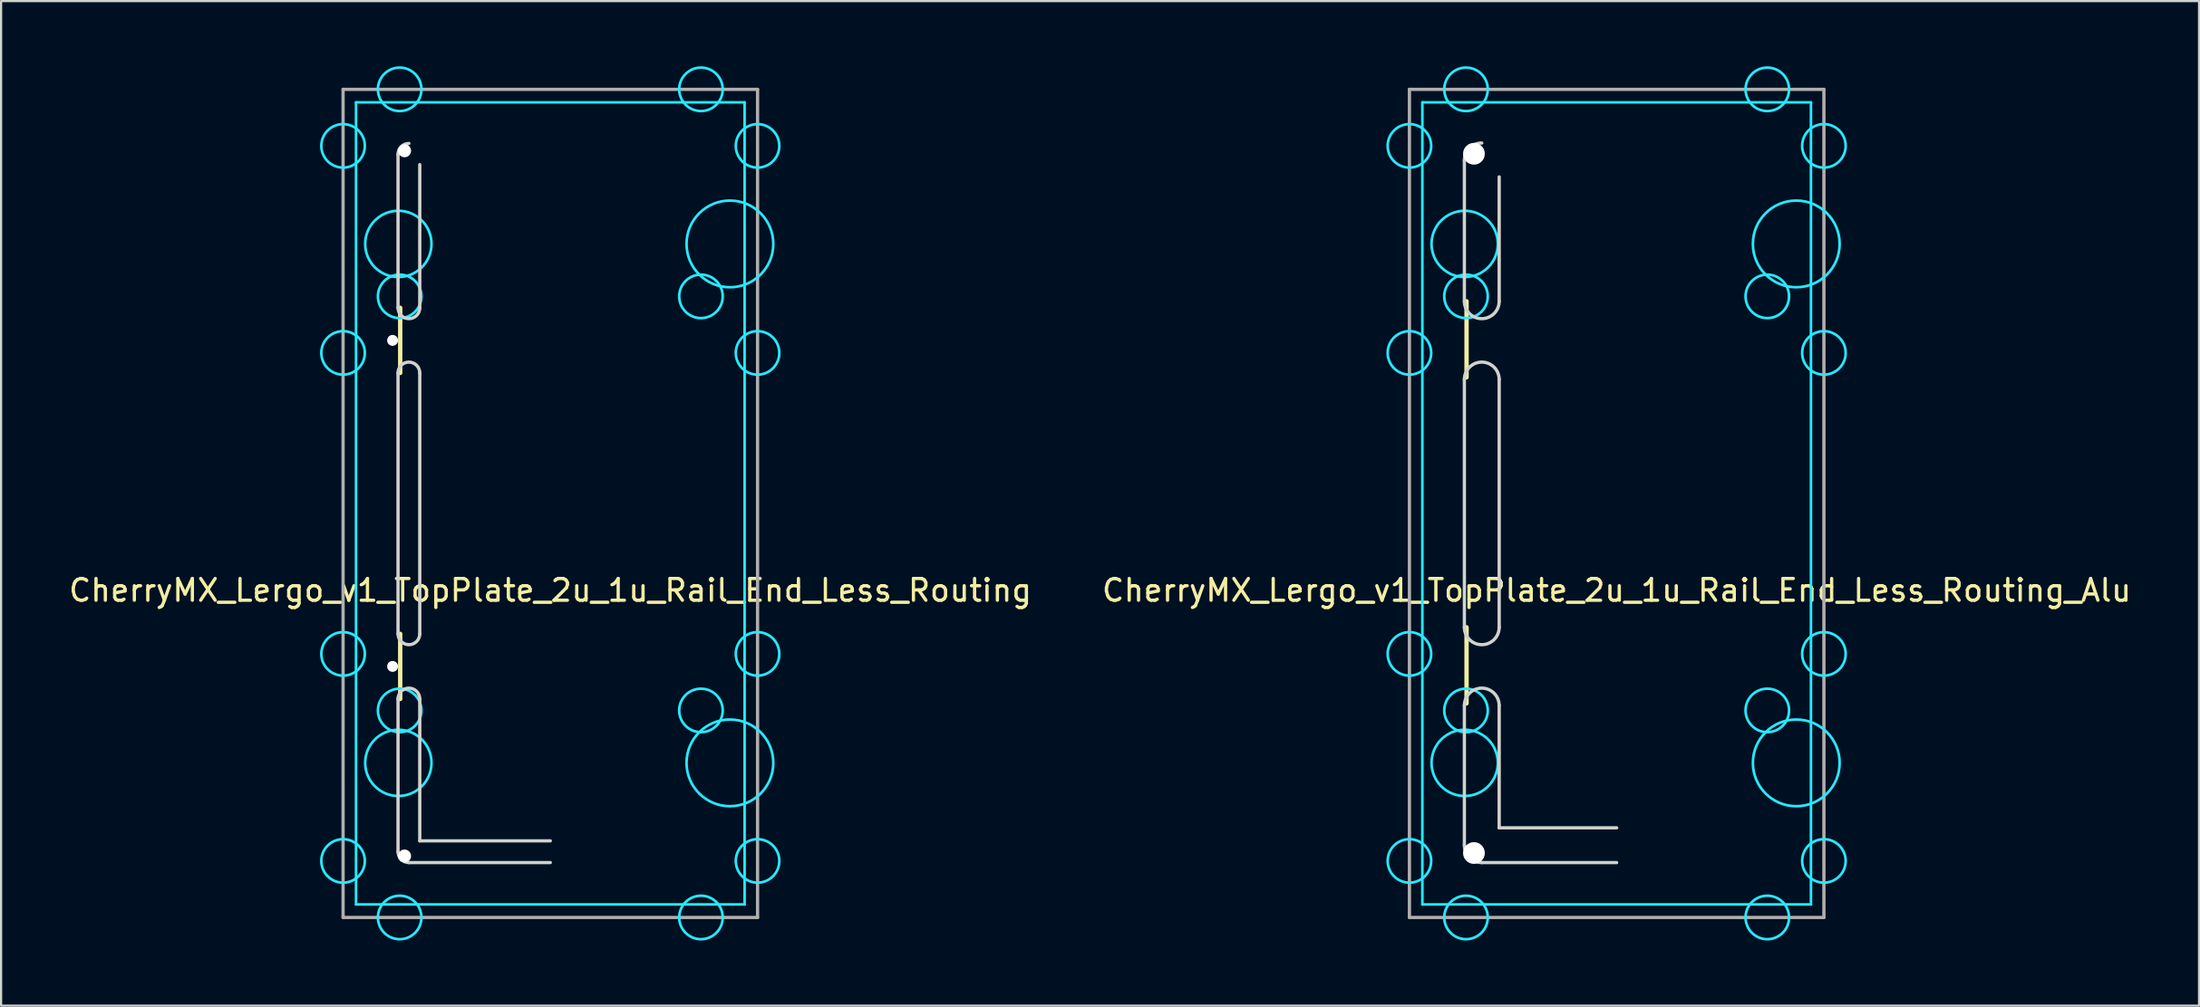
<source format=kicad_pcb>
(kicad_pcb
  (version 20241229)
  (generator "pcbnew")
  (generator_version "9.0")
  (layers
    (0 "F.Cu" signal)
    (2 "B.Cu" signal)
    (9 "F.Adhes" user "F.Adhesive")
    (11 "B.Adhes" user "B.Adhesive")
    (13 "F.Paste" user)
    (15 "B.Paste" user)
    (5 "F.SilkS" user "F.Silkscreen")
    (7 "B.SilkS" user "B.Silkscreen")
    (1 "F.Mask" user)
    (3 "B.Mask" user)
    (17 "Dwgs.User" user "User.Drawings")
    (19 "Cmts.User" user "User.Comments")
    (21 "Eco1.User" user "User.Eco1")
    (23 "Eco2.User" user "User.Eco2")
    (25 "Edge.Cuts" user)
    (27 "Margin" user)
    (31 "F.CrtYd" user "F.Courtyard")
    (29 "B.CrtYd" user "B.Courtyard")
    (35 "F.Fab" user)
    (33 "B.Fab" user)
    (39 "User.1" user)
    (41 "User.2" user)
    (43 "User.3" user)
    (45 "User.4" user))
  (footprint "CherryMX_Lergo_v1_TopPlate_2u_1u_Rail_End_Less_Routing"
    (layer "F.Cu")
    (at 22.244 20.11)
    (property "Reference" "CherryMX_Lergo_v1_TopPlate_2u_1u_Rail_End_Less_Routing" (at 0 4 0) (layer "F.SilkS") (effects (font (size 1 1) (thickness 0.15))))
    (attr through_hole)
    (fp_line (start -6.9 -9) (end -6.9 -6) (stroke (width 0.2) (type solid)) (layer "F.SilkS"))
    (fp_line (start -6.9 6) (end -6.9 9) (stroke (width 0.2) (type solid)) (layer "F.SilkS"))
    (fp_line (start -7 -16.06) (end -7 -9) (stroke (width 0.15) (type solid)) (layer "Edge.Cuts"))
    (fp_line (start -7 -6) (end -7 6) (stroke (width 0.15) (type solid)) (layer "Edge.Cuts"))
    (fp_line (start -7 9) (end -7 16.025) (stroke (width 0.15) (type solid)) (layer "Edge.Cuts"))
    (fp_line (start -6.5 16.525) (end 0 16.525) (stroke (width 0.15) (type solid)) (layer "Edge.Cuts"))
    (fp_line (start -6 -15.586) (end -6 -9) (stroke (width 0.15) (type solid)) (layer "Edge.Cuts"))
    (fp_line (start -6 -6) (end -6 6) (stroke (width 0.15) (type solid)) (layer "Edge.Cuts"))
    (fp_line (start -6 9) (end -6 15.525) (stroke (width 0.15) (type solid)) (layer "Edge.Cuts"))
    (fp_line (start -6 15.525) (end 0 15.525) (stroke (width 0.15) (type solid)) (layer "Edge.Cuts"))
    (fp_arc (start -7 -16.060048) (mid -6.853553 -16.413601) (end -6.5 -16.560048) (stroke (width 0.15) (type solid)) (layer "Edge.Cuts"))
    (fp_arc (start -7 -6) (mid -6.5 -6.5) (end -6 -6) (stroke (width 0.15) (type solid)) (layer "Edge.Cuts"))
    (fp_arc (start -7 9) (mid -6.5 8.5) (end -6 9) (stroke (width 0.15) (type solid)) (layer "Edge.Cuts"))
    (fp_arc (start -6.5 16.525) (mid -6.853553 16.378553) (end -7 16.025) (stroke (width 0.15) (type solid)) (layer "Edge.Cuts"))
    (fp_arc (start -6 -9) (mid -6.5 -8.5) (end -7 -9) (stroke (width 0.15) (type solid)) (layer "Edge.Cuts"))
    (fp_arc (start -6 6) (mid -6.5 6.5) (end -7 6) (stroke (width 0.15) (type solid)) (layer "Edge.Cuts"))
    (fp_line (start -8.93 -18.45) (end 8.93 -18.45) (stroke (width 0.12) (type solid)) (layer "B.CrtYd"))
    (fp_line (start -8.93 18.45) (end -8.93 -18.45) (stroke (width 0.12) (type solid)) (layer "B.CrtYd"))
    (fp_line (start 8.93 -18.45) (end 8.93 18.45) (stroke (width 0.12) (type solid)) (layer "B.CrtYd"))
    (fp_line (start 8.93 18.45) (end -8.93 18.45) (stroke (width 0.12) (type solid)) (layer "B.CrtYd"))
    (fp_circle (center -9.525 -16.449) (end -8.525 -16.449) (stroke (width 0.12) (type solid)) (fill no) (layer "B.CrtYd"))
    (fp_circle (center -9.525 -6.924) (end -8.525 -6.924) (stroke (width 0.12) (type solid)) (fill no) (layer "B.CrtYd"))
    (fp_circle (center -9.525 6.924) (end -8.525 6.924) (stroke (width 0.12) (type solid)) (fill no) (layer "B.CrtYd"))
    (fp_circle (center -9.525 16.449) (end -10.525 16.449) (stroke (width 0.12) (type solid)) (fill no) (layer "B.CrtYd"))
    (fp_circle (center -6.985 -11.938) (end -5.461 -11.938) (stroke (width 0.12) (type solid)) (fill no) (layer "B.CrtYd"))
    (fp_circle (center -6.985 11.938) (end -5.461 11.938) (stroke (width 0.12) (type solid)) (fill no) (layer "B.CrtYd"))
    (fp_circle (center -6.924 -19.05) (end -5.924 -19.05) (stroke (width 0.12) (type solid)) (fill no) (layer "B.CrtYd"))
    (fp_circle (center -6.924 -9.525) (end -5.924 -9.525) (stroke (width 0.12) (type solid)) (fill no) (layer "B.CrtYd"))
    (fp_circle (center -6.924 9.525) (end -5.924 9.525) (stroke (width 0.12) (type solid)) (fill no) (layer "B.CrtYd"))
    (fp_circle (center -6.924 19.05) (end -5.924 19.05) (stroke (width 0.12) (type solid)) (fill no) (layer "B.CrtYd"))
    (fp_circle (center 6.924 -19.05) (end 7.924 -19.05) (stroke (width 0.12) (type solid)) (fill no) (layer "B.CrtYd"))
    (fp_circle (center 6.924 -9.525) (end 7.924 -9.525) (stroke (width 0.12) (type solid)) (fill no) (layer "B.CrtYd"))
    (fp_circle (center 6.924 9.525) (end 7.924 9.525) (stroke (width 0.12) (type solid)) (fill no) (layer "B.CrtYd"))
    (fp_circle (center 6.924 19.05) (end 7.924 19.05) (stroke (width 0.12) (type solid)) (fill no) (layer "B.CrtYd"))
    (fp_circle (center 8.255 -11.938) (end 10.249 -11.938) (stroke (width 0.12) (type solid)) (fill no) (layer "B.CrtYd"))
    (fp_circle (center 8.255 11.938) (end 10.249 11.938) (stroke (width 0.12) (type solid)) (fill no) (layer "B.CrtYd"))
    (fp_circle (center 9.525 -16.449) (end 10.525 -16.449) (stroke (width 0.12) (type solid)) (fill no) (layer "B.CrtYd"))
    (fp_circle (center 9.525 -6.924) (end 10.525 -6.924) (stroke (width 0.12) (type solid)) (fill no) (layer "B.CrtYd"))
    (fp_circle (center 9.525 6.924) (end 10.525 6.924) (stroke (width 0.12) (type solid)) (fill no) (layer "B.CrtYd"))
    (fp_circle (center 9.525 16.449) (end 8.525 16.449) (stroke (width 0.12) (type solid)) (fill no) (layer "B.CrtYd"))
    (fp_line (start -9.525 -19.05) (end -9.525 19.05) (stroke (width 0.15) (type solid)) (layer "F.Fab"))
    (fp_line (start -9.525 19.05) (end 9.525 19.05) (stroke (width 0.15) (type solid)) (layer "F.Fab"))
    (fp_line (start 9.525 -19.05) (end -9.525 -19.05) (stroke (width 0.15) (type solid)) (layer "F.Fab"))
    (fp_line (start 9.525 19.05) (end 9.525 -19.05) (stroke (width 0.15) (type solid)) (layer "F.Fab"))
    (pad "" np_thru_hole circle (at -7.25 -7.5 90) (size 0.5 0.5) (drill 0.5) (layers "*.Cu" "*.Mask"))
    (pad "" np_thru_hole circle (at -7.25 7.5 90) (size 0.5 0.5) (drill 0.5) (layers "*.Cu" "*.Mask"))
    (pad "" np_thru_hole circle (at -6.7 -16.225) (size 0.6 0.6) (drill 0.6) (layers "*.Cu"))
    (pad "" np_thru_hole circle (at -6.7 16.225) (size 0.6 0.6) (drill 0.6) (layers "*.Cu")))
  (footprint "CherryMX_Lergo_v1_TopPlate_2u_1u_Rail_End_Less_Routing_Alu"
    (layer "F.Cu")
    (at 71.256 20.11)
    (property "Reference" "CherryMX_Lergo_v1_TopPlate_2u_1u_Rail_End_Less_Routing_Alu" (at 0 4 0) (layer "F.SilkS") (effects (font (size 1 1) (thickness 0.15))))
    (attr through_hole)
    (fp_line (start -6.9 -9.3) (end -6.9 -5.8) (stroke (width 0.2) (type solid)) (layer "F.SilkS"))
    (fp_line (start -6.9 5.7) (end -6.9 9.2) (stroke (width 0.2) (type solid)) (layer "F.SilkS"))
    (fp_line (start -7 -15.781) (end -7 -9.3) (stroke (width 0.15) (type solid)) (layer "Edge.Cuts"))
    (fp_line (start -7 -5.7) (end -7 5.7) (stroke (width 0.15) (type solid)) (layer "Edge.Cuts"))
    (fp_line (start -7 9.3) (end -7 15.725) (stroke (width 0.15) (type solid)) (layer "Edge.Cuts"))
    (fp_line (start -6.2 16.525) (end 0 16.525) (stroke (width 0.15) (type solid)) (layer "Edge.Cuts"))
    (fp_line (start -5.4 -15.022) (end -5.4 -9.3) (stroke (width 0.15) (type solid)) (layer "Edge.Cuts"))
    (fp_line (start -5.4 -5.7) (end -5.4 5.7) (stroke (width 0.15) (type solid)) (layer "Edge.Cuts"))
    (fp_line (start -5.4 9.3) (end -5.4 14.925) (stroke (width 0.15) (type solid)) (layer "Edge.Cuts"))
    (fp_line (start -5.4 14.925) (end 0 14.925) (stroke (width 0.15) (type solid)) (layer "Edge.Cuts"))
    (fp_arc (start -7 -15.78087) (mid -6.765685 -16.346555) (end -6.2 -16.58087) (stroke (width 0.15) (type solid)) (layer "Edge.Cuts"))
    (fp_arc (start -7 -5.7) (mid -6.2 -6.5) (end -5.4 -5.7) (stroke (width 0.15) (type solid)) (layer "Edge.Cuts"))
    (fp_arc (start -7 9.3) (mid -6.2 8.5) (end -5.4 9.3) (stroke (width 0.15) (type solid)) (layer "Edge.Cuts"))
    (fp_arc (start -6.2 16.525) (mid -6.765685 16.290685) (end -7 15.725) (stroke (width 0.15) (type solid)) (layer "Edge.Cuts"))
    (fp_arc (start -5.4 -9.3) (mid -6.2 -8.5) (end -7 -9.3) (stroke (width 0.15) (type solid)) (layer "Edge.Cuts"))
    (fp_arc (start -5.4 5.7) (mid -6.2 6.5) (end -7 5.7) (stroke (width 0.15) (type solid)) (layer "Edge.Cuts"))
    (fp_line (start -8.93 -18.45) (end 8.93 -18.45) (stroke (width 0.12) (type solid)) (layer "B.CrtYd"))
    (fp_line (start -8.93 18.45) (end -8.93 -18.45) (stroke (width 0.12) (type solid)) (layer "B.CrtYd"))
    (fp_line (start 8.93 -18.45) (end 8.93 18.45) (stroke (width 0.12) (type solid)) (layer "B.CrtYd"))
    (fp_line (start 8.93 18.45) (end -8.93 18.45) (stroke (width 0.12) (type solid)) (layer "B.CrtYd"))
    (fp_circle (center -9.525 -16.449) (end -8.525 -16.449) (stroke (width 0.12) (type solid)) (fill no) (layer "B.CrtYd"))
    (fp_circle (center -9.525 -6.924) (end -8.525 -6.924) (stroke (width 0.12) (type solid)) (fill no) (layer "B.CrtYd"))
    (fp_circle (center -9.525 6.924) (end -8.525 6.924) (stroke (width 0.12) (type solid)) (fill no) (layer "B.CrtYd"))
    (fp_circle (center -9.525 16.449) (end -10.525 16.449) (stroke (width 0.12) (type solid)) (fill no) (layer "B.CrtYd"))
    (fp_circle (center -6.985 -11.938) (end -5.461 -11.938) (stroke (width 0.12) (type solid)) (fill no) (layer "B.CrtYd"))
    (fp_circle (center -6.985 11.938) (end -5.461 11.938) (stroke (width 0.12) (type solid)) (fill no) (layer "B.CrtYd"))
    (fp_circle (center -6.924 -19.05) (end -5.924 -19.05) (stroke (width 0.12) (type solid)) (fill no) (layer "B.CrtYd"))
    (fp_circle (center -6.924 -9.525) (end -5.924 -9.525) (stroke (width 0.12) (type solid)) (fill no) (layer "B.CrtYd"))
    (fp_circle (center -6.924 9.525) (end -5.924 9.525) (stroke (width 0.12) (type solid)) (fill no) (layer "B.CrtYd"))
    (fp_circle (center -6.924 19.05) (end -5.924 19.05) (stroke (width 0.12) (type solid)) (fill no) (layer "B.CrtYd"))
    (fp_circle (center 6.924 -19.05) (end 7.924 -19.05) (stroke (width 0.12) (type solid)) (fill no) (layer "B.CrtYd"))
    (fp_circle (center 6.924 -9.525) (end 7.924 -9.525) (stroke (width 0.12) (type solid)) (fill no) (layer "B.CrtYd"))
    (fp_circle (center 6.924 9.525) (end 7.924 9.525) (stroke (width 0.12) (type solid)) (fill no) (layer "B.CrtYd"))
    (fp_circle (center 6.924 19.05) (end 7.924 19.05) (stroke (width 0.12) (type solid)) (fill no) (layer "B.CrtYd"))
    (fp_circle (center 8.255 -11.938) (end 10.249 -11.938) (stroke (width 0.12) (type solid)) (fill no) (layer "B.CrtYd"))
    (fp_circle (center 8.255 11.938) (end 10.249 11.938) (stroke (width 0.12) (type solid)) (fill no) (layer "B.CrtYd"))
    (fp_circle (center 9.525 -16.449) (end 10.525 -16.449) (stroke (width 0.12) (type solid)) (fill no) (layer "B.CrtYd"))
    (fp_circle (center 9.525 -6.924) (end 10.525 -6.924) (stroke (width 0.12) (type solid)) (fill no) (layer "B.CrtYd"))
    (fp_circle (center 9.525 6.924) (end 10.525 6.924) (stroke (width 0.12) (type solid)) (fill no) (layer "B.CrtYd"))
    (fp_circle (center 9.525 16.449) (end 8.525 16.449) (stroke (width 0.12) (type solid)) (fill no) (layer "B.CrtYd"))
    (fp_line (start -9.525 -19.05) (end -9.525 19.05) (stroke (width 0.15) (type solid)) (layer "F.Fab"))
    (fp_line (start -9.525 19.05) (end 9.525 19.05) (stroke (width 0.15) (type solid)) (layer "F.Fab"))
    (fp_line (start 9.525 -19.05) (end -9.525 -19.05) (stroke (width 0.15) (type solid)) (layer "F.Fab"))
    (fp_line (start 9.525 19.05) (end 9.525 -19.05) (stroke (width 0.15) (type solid)) (layer "F.Fab"))
    (pad "" np_thru_hole circle (at -6.56 -16.085) (size 1 1) (drill 1) (layers "*.Cu"))
    (pad "" np_thru_hole circle (at -6.56 16.085) (size 1 1) (drill 1) (layers "*.Cu")))
  (gr_rect
    (start -3 -3)
    (end 98.024 43.22)
    (stroke (width 0.1) (type default))
    (fill no)
    (layer "Edge.Cuts")))
</source>
